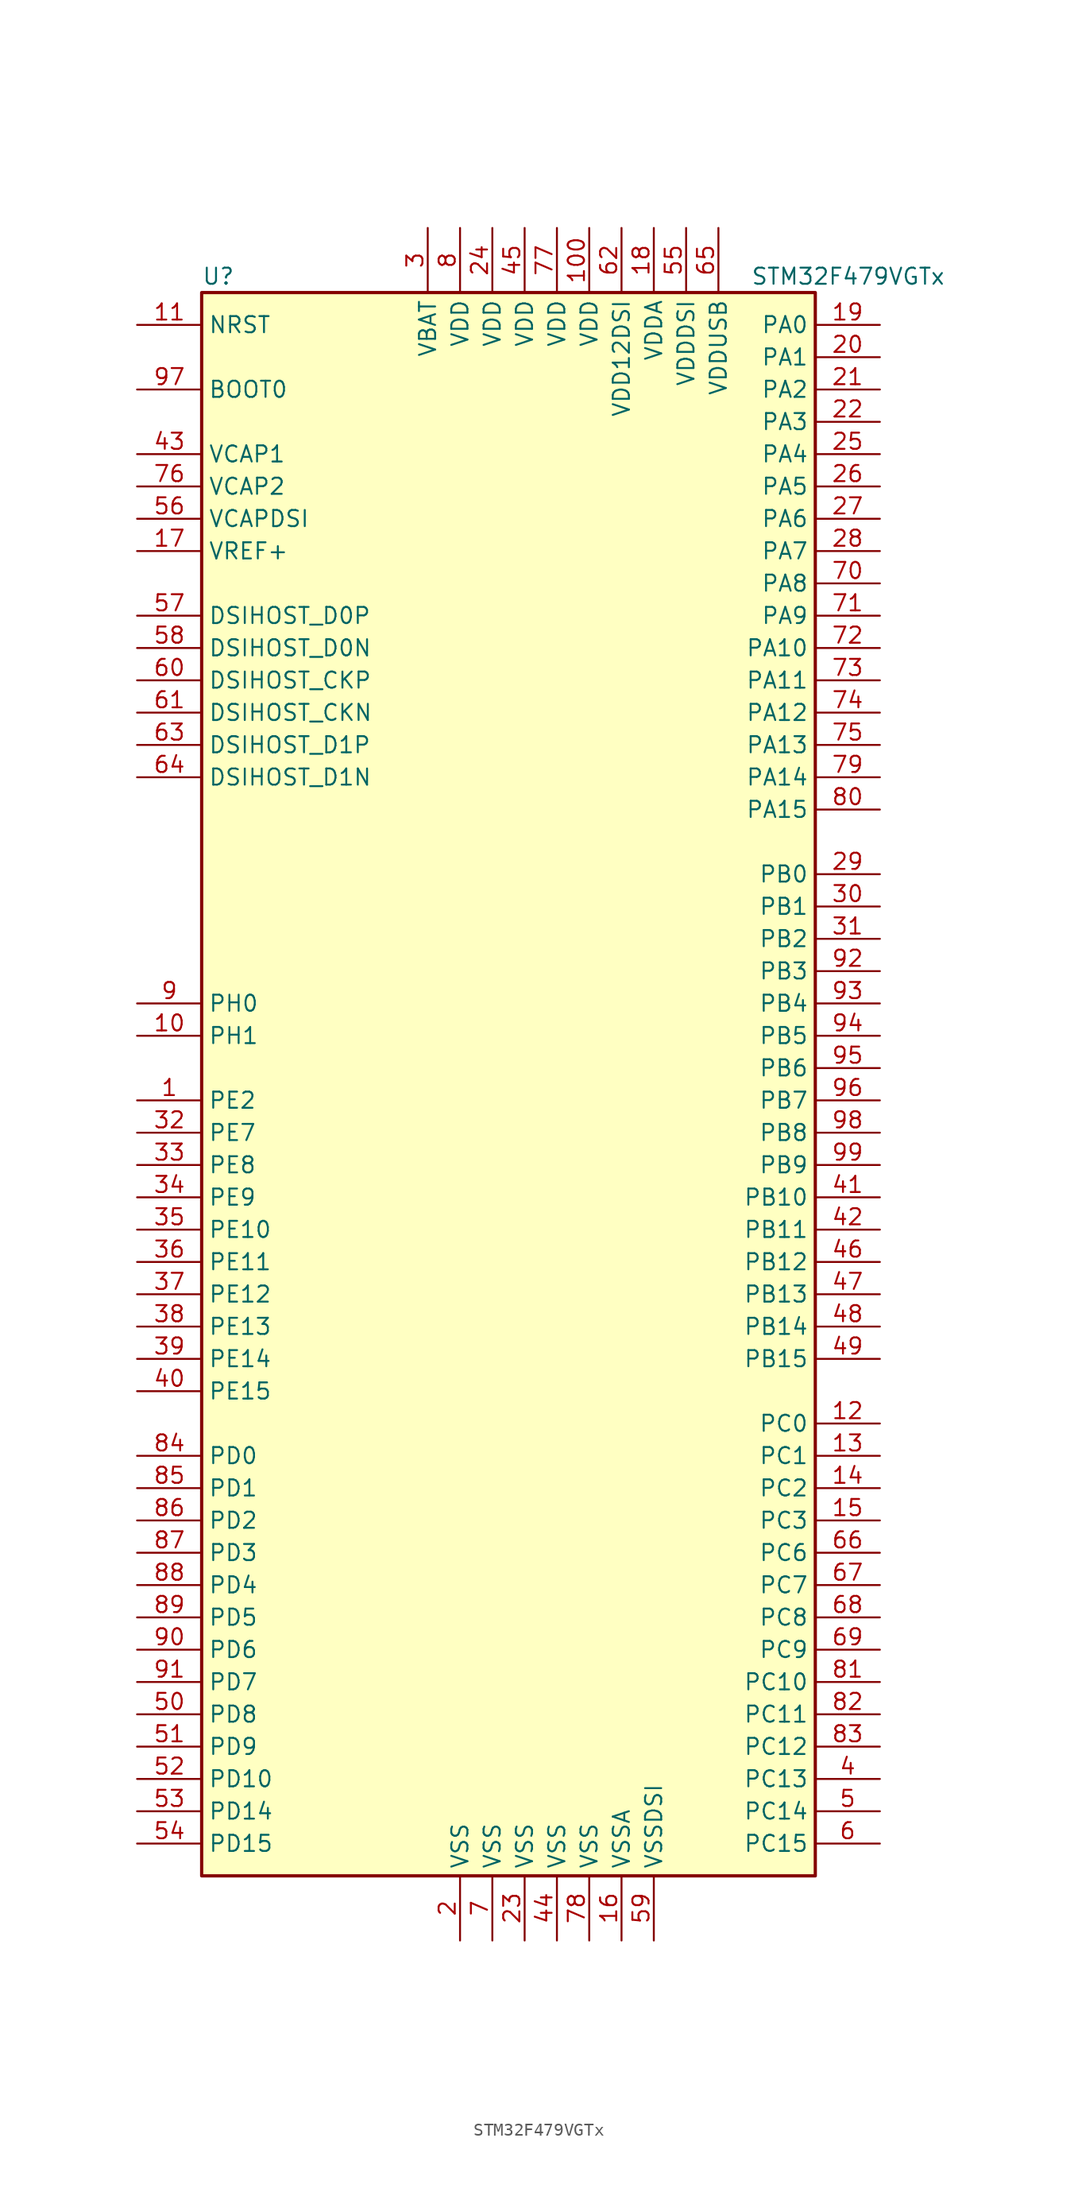
<source format=kicad_sym>
(kicad_symbol_lib
  (version 20201005)
  (generator kicad_symbol_editor)
  (symbol "MCU_ST_STM32F4:STM32F479VGTx"
    (property "Reference" "U"
      (at -25.4 62.23 0)
      (effects (font (size 1.27 1.27)) (justify left)))
    (property "Value" "STM32F479VGTx"
      (at 17.78 62.23 0)
      (effects (font (size 1.27 1.27)) (justify left)))
    (symbol "STM32F479VGTx_0_1"
      (rectangle (start -25.4 -63.5) (end 22.86 60.96) (stroke (width 0.254)) (fill (type background))))
    (symbol "STM32F479VGTx_1_1"
      (pin input line (at -30.48 53.34 0) (length 5.08) (name "BOOT0" (effects (font (size 1.27 1.27)))) (number "97" (effects (font (size 1.27 1.27)))))
      (pin bidirectional line (at -30.48 27.94 0) (length 5.08) (name "DSIHOST_CKN" (effects (font (size 1.27 1.27)))) (number "61" (effects (font (size 1.27 1.27)))))
      (pin bidirectional line (at -30.48 30.48 0) (length 5.08) (name "DSIHOST_CKP" (effects (font (size 1.27 1.27)))) (number "60" (effects (font (size 1.27 1.27)))))
      (pin bidirectional line (at -30.48 33.02 0) (length 5.08) (name "DSIHOST_D0N" (effects (font (size 1.27 1.27)))) (number "58" (effects (font (size 1.27 1.27)))))
      (pin bidirectional line (at -30.48 35.56 0) (length 5.08) (name "DSIHOST_D0P" (effects (font (size 1.27 1.27)))) (number "57" (effects (font (size 1.27 1.27)))))
      (pin bidirectional line (at -30.48 22.86 0) (length 5.08) (name "DSIHOST_D1N" (effects (font (size 1.27 1.27)))) (number "64" (effects (font (size 1.27 1.27)))))
      (pin bidirectional line (at -30.48 25.4 0) (length 5.08) (name "DSIHOST_D1P" (effects (font (size 1.27 1.27)))) (number "63" (effects (font (size 1.27 1.27)))))
      (pin input line (at -30.48 58.42 0) (length 5.08) (name "NRST" (effects (font (size 1.27 1.27)))) (number "11" (effects (font (size 1.27 1.27)))))
      (pin bidirectional line (at 27.94 58.42 180) (length 5.08) (name "PA0" (effects (font (size 1.27 1.27)))) (number "19" (effects (font (size 1.27 1.27)))))
      (pin bidirectional line (at 27.94 55.88 180) (length 5.08) (name "PA1" (effects (font (size 1.27 1.27)))) (number "20" (effects (font (size 1.27 1.27)))))
      (pin bidirectional line (at 27.94 33.02 180) (length 5.08) (name "PA10" (effects (font (size 1.27 1.27)))) (number "72" (effects (font (size 1.27 1.27)))))
      (pin bidirectional line (at 27.94 30.48 180) (length 5.08) (name "PA11" (effects (font (size 1.27 1.27)))) (number "73" (effects (font (size 1.27 1.27)))))
      (pin bidirectional line (at 27.94 27.94 180) (length 5.08) (name "PA12" (effects (font (size 1.27 1.27)))) (number "74" (effects (font (size 1.27 1.27)))))
      (pin bidirectional line (at 27.94 25.4 180) (length 5.08) (name "PA13" (effects (font (size 1.27 1.27)))) (number "75" (effects (font (size 1.27 1.27)))))
      (pin bidirectional line (at 27.94 22.86 180) (length 5.08) (name "PA14" (effects (font (size 1.27 1.27)))) (number "79" (effects (font (size 1.27 1.27)))))
      (pin bidirectional line (at 27.94 20.32 180) (length 5.08) (name "PA15" (effects (font (size 1.27 1.27)))) (number "80" (effects (font (size 1.27 1.27)))))
      (pin bidirectional line (at 27.94 53.34 180) (length 5.08) (name "PA2" (effects (font (size 1.27 1.27)))) (number "21" (effects (font (size 1.27 1.27)))))
      (pin bidirectional line (at 27.94 50.8 180) (length 5.08) (name "PA3" (effects (font (size 1.27 1.27)))) (number "22" (effects (font (size 1.27 1.27)))))
      (pin bidirectional line (at 27.94 48.26 180) (length 5.08) (name "PA4" (effects (font (size 1.27 1.27)))) (number "25" (effects (font (size 1.27 1.27)))))
      (pin bidirectional line (at 27.94 45.72 180) (length 5.08) (name "PA5" (effects (font (size 1.27 1.27)))) (number "26" (effects (font (size 1.27 1.27)))))
      (pin bidirectional line (at 27.94 43.18 180) (length 5.08) (name "PA6" (effects (font (size 1.27 1.27)))) (number "27" (effects (font (size 1.27 1.27)))))
      (pin bidirectional line (at 27.94 40.64 180) (length 5.08) (name "PA7" (effects (font (size 1.27 1.27)))) (number "28" (effects (font (size 1.27 1.27)))))
      (pin bidirectional line (at 27.94 38.1 180) (length 5.08) (name "PA8" (effects (font (size 1.27 1.27)))) (number "70" (effects (font (size 1.27 1.27)))))
      (pin bidirectional line (at 27.94 35.56 180) (length 5.08) (name "PA9" (effects (font (size 1.27 1.27)))) (number "71" (effects (font (size 1.27 1.27)))))
      (pin bidirectional line (at 27.94 15.24 180) (length 5.08) (name "PB0" (effects (font (size 1.27 1.27)))) (number "29" (effects (font (size 1.27 1.27)))))
      (pin bidirectional line (at 27.94 12.7 180) (length 5.08) (name "PB1" (effects (font (size 1.27 1.27)))) (number "30" (effects (font (size 1.27 1.27)))))
      (pin bidirectional line (at 27.94 -10.16 180) (length 5.08) (name "PB10" (effects (font (size 1.27 1.27)))) (number "41" (effects (font (size 1.27 1.27)))))
      (pin bidirectional line (at 27.94 -12.7 180) (length 5.08) (name "PB11" (effects (font (size 1.27 1.27)))) (number "42" (effects (font (size 1.27 1.27)))))
      (pin bidirectional line (at 27.94 -15.24 180) (length 5.08) (name "PB12" (effects (font (size 1.27 1.27)))) (number "46" (effects (font (size 1.27 1.27)))))
      (pin bidirectional line (at 27.94 -17.78 180) (length 5.08) (name "PB13" (effects (font (size 1.27 1.27)))) (number "47" (effects (font (size 1.27 1.27)))))
      (pin bidirectional line (at 27.94 -20.32 180) (length 5.08) (name "PB14" (effects (font (size 1.27 1.27)))) (number "48" (effects (font (size 1.27 1.27)))))
      (pin bidirectional line (at 27.94 -22.86 180) (length 5.08) (name "PB15" (effects (font (size 1.27 1.27)))) (number "49" (effects (font (size 1.27 1.27)))))
      (pin bidirectional line (at 27.94 10.16 180) (length 5.08) (name "PB2" (effects (font (size 1.27 1.27)))) (number "31" (effects (font (size 1.27 1.27)))))
      (pin bidirectional line (at 27.94 7.62 180) (length 5.08) (name "PB3" (effects (font (size 1.27 1.27)))) (number "92" (effects (font (size 1.27 1.27)))))
      (pin bidirectional line (at 27.94 5.08 180) (length 5.08) (name "PB4" (effects (font (size 1.27 1.27)))) (number "93" (effects (font (size 1.27 1.27)))))
      (pin bidirectional line (at 27.94 2.54 180) (length 5.08) (name "PB5" (effects (font (size 1.27 1.27)))) (number "94" (effects (font (size 1.27 1.27)))))
      (pin bidirectional line (at 27.94 0 180) (length 5.08) (name "PB6" (effects (font (size 1.27 1.27)))) (number "95" (effects (font (size 1.27 1.27)))))
      (pin bidirectional line (at 27.94 -2.54 180) (length 5.08) (name "PB7" (effects (font (size 1.27 1.27)))) (number "96" (effects (font (size 1.27 1.27)))))
      (pin bidirectional line (at 27.94 -5.08 180) (length 5.08) (name "PB8" (effects (font (size 1.27 1.27)))) (number "98" (effects (font (size 1.27 1.27)))))
      (pin bidirectional line (at 27.94 -7.62 180) (length 5.08) (name "PB9" (effects (font (size 1.27 1.27)))) (number "99" (effects (font (size 1.27 1.27)))))
      (pin bidirectional line (at 27.94 -27.94 180) (length 5.08) (name "PC0" (effects (font (size 1.27 1.27)))) (number "12" (effects (font (size 1.27 1.27)))))
      (pin bidirectional line (at 27.94 -30.48 180) (length 5.08) (name "PC1" (effects (font (size 1.27 1.27)))) (number "13" (effects (font (size 1.27 1.27)))))
      (pin bidirectional line (at 27.94 -48.26 180) (length 5.08) (name "PC10" (effects (font (size 1.27 1.27)))) (number "81" (effects (font (size 1.27 1.27)))))
      (pin bidirectional line (at 27.94 -50.8 180) (length 5.08) (name "PC11" (effects (font (size 1.27 1.27)))) (number "82" (effects (font (size 1.27 1.27)))))
      (pin bidirectional line (at 27.94 -53.34 180) (length 5.08) (name "PC12" (effects (font (size 1.27 1.27)))) (number "83" (effects (font (size 1.27 1.27)))))
      (pin bidirectional line (at 27.94 -55.88 180) (length 5.08) (name "PC13" (effects (font (size 1.27 1.27)))) (number "4" (effects (font (size 1.27 1.27)))))
      (pin bidirectional line (at 27.94 -58.42 180) (length 5.08) (name "PC14" (effects (font (size 1.27 1.27)))) (number "5" (effects (font (size 1.27 1.27)))))
      (pin bidirectional line (at 27.94 -60.96 180) (length 5.08) (name "PC15" (effects (font (size 1.27 1.27)))) (number "6" (effects (font (size 1.27 1.27)))))
      (pin bidirectional line (at 27.94 -33.02 180) (length 5.08) (name "PC2" (effects (font (size 1.27 1.27)))) (number "14" (effects (font (size 1.27 1.27)))))
      (pin bidirectional line (at 27.94 -35.56 180) (length 5.08) (name "PC3" (effects (font (size 1.27 1.27)))) (number "15" (effects (font (size 1.27 1.27)))))
      (pin bidirectional line (at 27.94 -38.1 180) (length 5.08) (name "PC6" (effects (font (size 1.27 1.27)))) (number "66" (effects (font (size 1.27 1.27)))))
      (pin bidirectional line (at 27.94 -40.64 180) (length 5.08) (name "PC7" (effects (font (size 1.27 1.27)))) (number "67" (effects (font (size 1.27 1.27)))))
      (pin bidirectional line (at 27.94 -43.18 180) (length 5.08) (name "PC8" (effects (font (size 1.27 1.27)))) (number "68" (effects (font (size 1.27 1.27)))))
      (pin bidirectional line (at 27.94 -45.72 180) (length 5.08) (name "PC9" (effects (font (size 1.27 1.27)))) (number "69" (effects (font (size 1.27 1.27)))))
      (pin bidirectional line (at -30.48 -30.48 0) (length 5.08) (name "PD0" (effects (font (size 1.27 1.27)))) (number "84" (effects (font (size 1.27 1.27)))))
      (pin bidirectional line (at -30.48 -33.02 0) (length 5.08) (name "PD1" (effects (font (size 1.27 1.27)))) (number "85" (effects (font (size 1.27 1.27)))))
      (pin bidirectional line (at -30.48 -55.88 0) (length 5.08) (name "PD10" (effects (font (size 1.27 1.27)))) (number "52" (effects (font (size 1.27 1.27)))))
      (pin bidirectional line (at -30.48 -58.42 0) (length 5.08) (name "PD14" (effects (font (size 1.27 1.27)))) (number "53" (effects (font (size 1.27 1.27)))))
      (pin bidirectional line (at -30.48 -60.96 0) (length 5.08) (name "PD15" (effects (font (size 1.27 1.27)))) (number "54" (effects (font (size 1.27 1.27)))))
      (pin bidirectional line (at -30.48 -35.56 0) (length 5.08) (name "PD2" (effects (font (size 1.27 1.27)))) (number "86" (effects (font (size 1.27 1.27)))))
      (pin bidirectional line (at -30.48 -38.1 0) (length 5.08) (name "PD3" (effects (font (size 1.27 1.27)))) (number "87" (effects (font (size 1.27 1.27)))))
      (pin bidirectional line (at -30.48 -40.64 0) (length 5.08) (name "PD4" (effects (font (size 1.27 1.27)))) (number "88" (effects (font (size 1.27 1.27)))))
      (pin bidirectional line (at -30.48 -43.18 0) (length 5.08) (name "PD5" (effects (font (size 1.27 1.27)))) (number "89" (effects (font (size 1.27 1.27)))))
      (pin bidirectional line (at -30.48 -45.72 0) (length 5.08) (name "PD6" (effects (font (size 1.27 1.27)))) (number "90" (effects (font (size 1.27 1.27)))))
      (pin bidirectional line (at -30.48 -48.26 0) (length 5.08) (name "PD7" (effects (font (size 1.27 1.27)))) (number "91" (effects (font (size 1.27 1.27)))))
      (pin bidirectional line (at -30.48 -50.8 0) (length 5.08) (name "PD8" (effects (font (size 1.27 1.27)))) (number "50" (effects (font (size 1.27 1.27)))))
      (pin bidirectional line (at -30.48 -53.34 0) (length 5.08) (name "PD9" (effects (font (size 1.27 1.27)))) (number "51" (effects (font (size 1.27 1.27)))))
      (pin bidirectional line (at -30.48 -12.7 0) (length 5.08) (name "PE10" (effects (font (size 1.27 1.27)))) (number "35" (effects (font (size 1.27 1.27)))))
      (pin bidirectional line (at -30.48 -15.24 0) (length 5.08) (name "PE11" (effects (font (size 1.27 1.27)))) (number "36" (effects (font (size 1.27 1.27)))))
      (pin bidirectional line (at -30.48 -17.78 0) (length 5.08) (name "PE12" (effects (font (size 1.27 1.27)))) (number "37" (effects (font (size 1.27 1.27)))))
      (pin bidirectional line (at -30.48 -20.32 0) (length 5.08) (name "PE13" (effects (font (size 1.27 1.27)))) (number "38" (effects (font (size 1.27 1.27)))))
      (pin bidirectional line (at -30.48 -22.86 0) (length 5.08) (name "PE14" (effects (font (size 1.27 1.27)))) (number "39" (effects (font (size 1.27 1.27)))))
      (pin bidirectional line (at -30.48 -25.4 0) (length 5.08) (name "PE15" (effects (font (size 1.27 1.27)))) (number "40" (effects (font (size 1.27 1.27)))))
      (pin bidirectional line (at -30.48 -2.54 0) (length 5.08) (name "PE2" (effects (font (size 1.27 1.27)))) (number "1" (effects (font (size 1.27 1.27)))))
      (pin bidirectional line (at -30.48 -5.08 0) (length 5.08) (name "PE7" (effects (font (size 1.27 1.27)))) (number "32" (effects (font (size 1.27 1.27)))))
      (pin bidirectional line (at -30.48 -7.62 0) (length 5.08) (name "PE8" (effects (font (size 1.27 1.27)))) (number "33" (effects (font (size 1.27 1.27)))))
      (pin bidirectional line (at -30.48 -10.16 0) (length 5.08) (name "PE9" (effects (font (size 1.27 1.27)))) (number "34" (effects (font (size 1.27 1.27)))))
      (pin input line (at -30.48 5.08 0) (length 5.08) (name "PH0" (effects (font (size 1.27 1.27)))) (number "9" (effects (font (size 1.27 1.27)))))
      (pin input line (at -30.48 2.54 0) (length 5.08) (name "PH1" (effects (font (size 1.27 1.27)))) (number "10" (effects (font (size 1.27 1.27)))))
      (pin power_in line (at -7.62 66.04 270) (length 5.08) (name "VBAT" (effects (font (size 1.27 1.27)))) (number "3" (effects (font (size 1.27 1.27)))))
      (pin power_in line (at -30.48 48.26 0) (length 5.08) (name "VCAP1" (effects (font (size 1.27 1.27)))) (number "43" (effects (font (size 1.27 1.27)))))
      (pin power_in line (at -30.48 45.72 0) (length 5.08) (name "VCAP2" (effects (font (size 1.27 1.27)))) (number "76" (effects (font (size 1.27 1.27)))))
      (pin power_in line (at -30.48 43.18 0) (length 5.08) (name "VCAPDSI" (effects (font (size 1.27 1.27)))) (number "56" (effects (font (size 1.27 1.27)))))
      (pin power_in line (at 5.08 66.04 270) (length 5.08) (name "VDD" (effects (font (size 1.27 1.27)))) (number "100" (effects (font (size 1.27 1.27)))))
      (pin power_in line (at -2.54 66.04 270) (length 5.08) (name "VDD" (effects (font (size 1.27 1.27)))) (number "24" (effects (font (size 1.27 1.27)))))
      (pin power_in line (at 0 66.04 270) (length 5.08) (name "VDD" (effects (font (size 1.27 1.27)))) (number "45" (effects (font (size 1.27 1.27)))))
      (pin power_in line (at 2.54 66.04 270) (length 5.08) (name "VDD" (effects (font (size 1.27 1.27)))) (number "77" (effects (font (size 1.27 1.27)))))
      (pin power_in line (at -5.08 66.04 270) (length 5.08) (name "VDD" (effects (font (size 1.27 1.27)))) (number "8" (effects (font (size 1.27 1.27)))))
      (pin power_in line (at 7.62 66.04 270) (length 5.08) (name "VDD12DSI" (effects (font (size 1.27 1.27)))) (number "62" (effects (font (size 1.27 1.27)))))
      (pin power_in line (at 10.16 66.04 270) (length 5.08) (name "VDDA" (effects (font (size 1.27 1.27)))) (number "18" (effects (font (size 1.27 1.27)))))
      (pin power_in line (at 12.7 66.04 270) (length 5.08) (name "VDDDSI" (effects (font (size 1.27 1.27)))) (number "55" (effects (font (size 1.27 1.27)))))
      (pin power_in line (at 15.24 66.04 270) (length 5.08) (name "VDDUSB" (effects (font (size 1.27 1.27)))) (number "65" (effects (font (size 1.27 1.27)))))
      (pin power_in line (at -30.48 40.64 0) (length 5.08) (name "VREF+" (effects (font (size 1.27 1.27)))) (number "17" (effects (font (size 1.27 1.27)))))
      (pin power_in line (at -5.08 -68.58 90) (length 5.08) (name "VSS" (effects (font (size 1.27 1.27)))) (number "2" (effects (font (size 1.27 1.27)))))
      (pin power_in line (at 0 -68.58 90) (length 5.08) (name "VSS" (effects (font (size 1.27 1.27)))) (number "23" (effects (font (size 1.27 1.27)))))
      (pin power_in line (at 2.54 -68.58 90) (length 5.08) (name "VSS" (effects (font (size 1.27 1.27)))) (number "44" (effects (font (size 1.27 1.27)))))
      (pin power_in line (at -2.54 -68.58 90) (length 5.08) (name "VSS" (effects (font (size 1.27 1.27)))) (number "7" (effects (font (size 1.27 1.27)))))
      (pin power_in line (at 5.08 -68.58 90) (length 5.08) (name "VSS" (effects (font (size 1.27 1.27)))) (number "78" (effects (font (size 1.27 1.27)))))
      (pin power_in line (at 7.62 -68.58 90) (length 5.08) (name "VSSA" (effects (font (size 1.27 1.27)))) (number "16" (effects (font (size 1.27 1.27)))))
      (pin power_in line (at 10.16 -68.58 90) (length 5.08) (name "VSSDSI" (effects (font (size 1.27 1.27)))) (number "59" (effects (font (size 1.27 1.27))))))))
</source>
